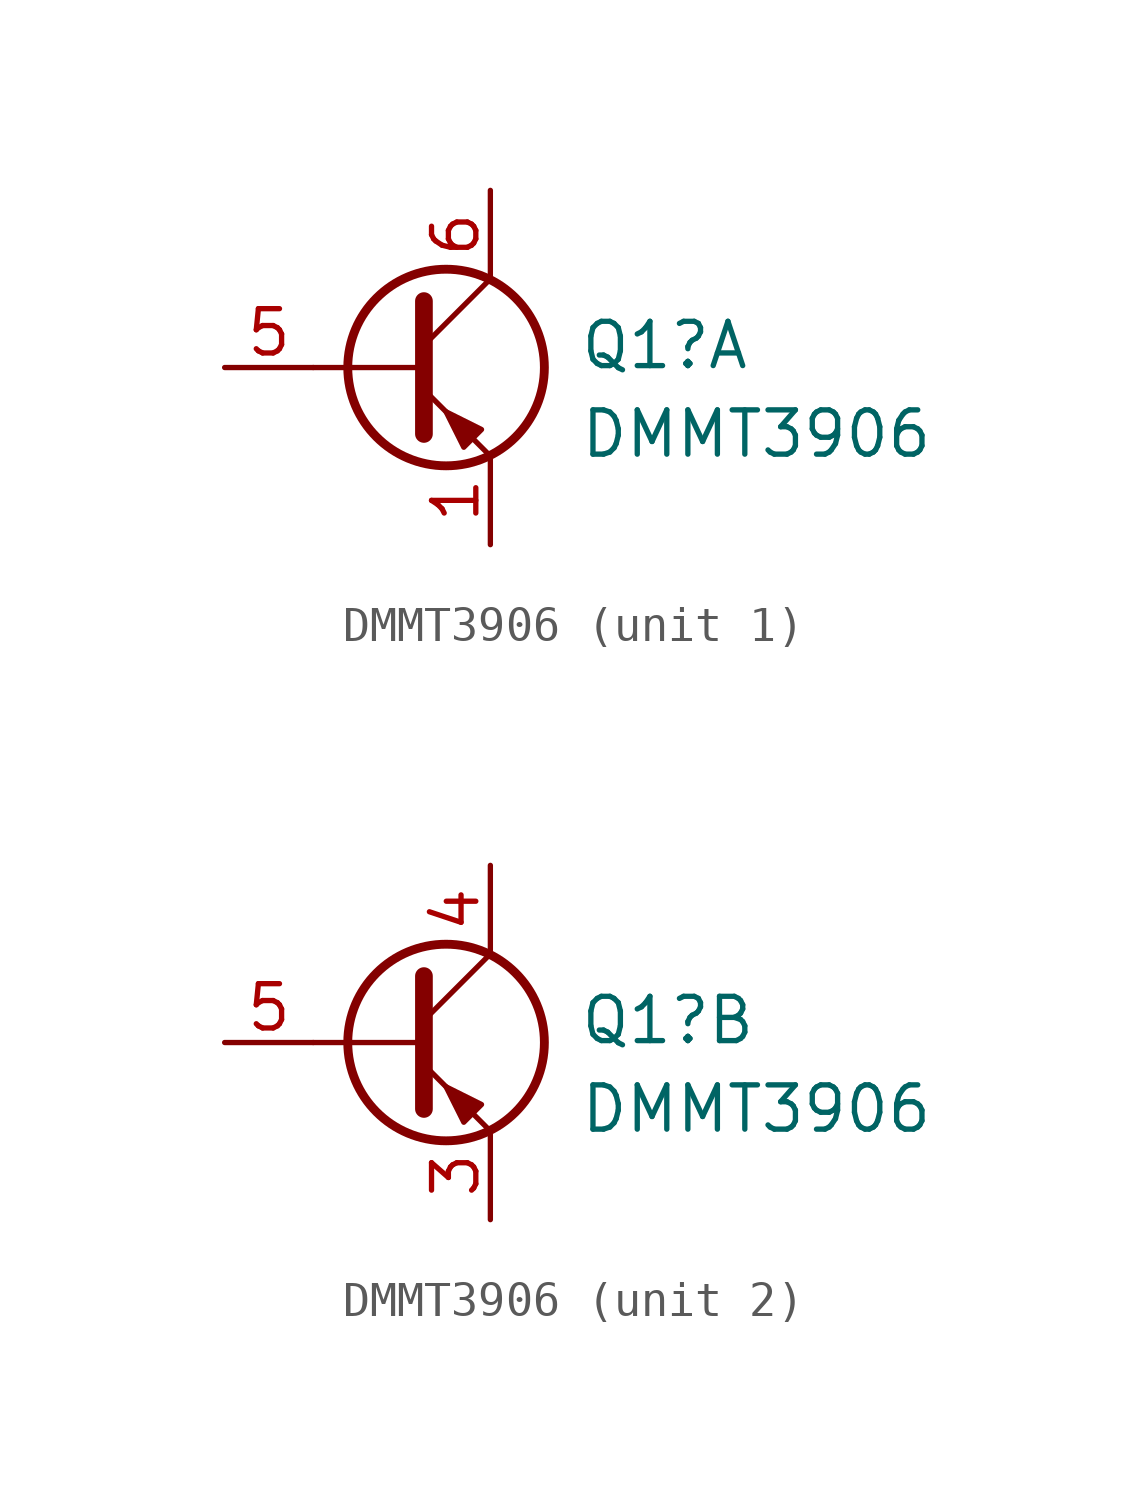
<source format=kicad_sym>
(kicad_symbol_lib
  (version 20220914)
  (generator kicad_symbol_editor)
  (symbol "DMMT3906"
    (pin_names
      (offset 0) hide)
    (property "Reference" "Q1"
      (at 5.08 0.635 0)
      (effects (font (size 1.27 1.27)) (justify left)))
    (property "Value" "DMMT3906"
      (at 5.08 -1.905 0)
      (effects (font (size 1.27 1.27)) (justify left)))
    (property "ki_locked" ""
      (at 0 0 0)
      (effects (font (size 1.27 1.27))))
    (symbol "DMMT3906_0_1"
      (polyline (pts (xy 0.635 0) (xy -2.54 0)) (stroke (width 0) (type default)) (fill (type none)))
      (polyline (pts (xy 0.635 0.635) (xy 2.54 2.54)) (stroke (width 0) (type default)) (fill (type none)))
      (polyline (pts (xy 0.635 -0.635) (xy 2.54 -2.54) (xy 2.54 -2.54)) (stroke (width 0) (type default)) (fill (type none)))
      (polyline (pts (xy 0.635 1.905) (xy 0.635 -1.905) (xy 0.635 -1.905)) (stroke (width 0.508) (type default)) (fill (type none)))
      (polyline (pts (xy 2.286 -1.778) (xy 1.778 -2.286) (xy 1.27 -1.27) (xy 2.286 -1.778) (xy 2.286 -1.778)) (stroke (width 0) (type default)) (fill (type outline)))
      (circle (center 1.27 0) (radius 2.819) (stroke (width 0.254) (type default)) (fill (type none))))
    (symbol "DMMT3906_1_1"
      (pin passive line (at 2.54 -5.08 90) (length 2.54) (name "E1" (effects (font (size 1.27 1.27)))) (number "1" (effects (font (size 1.27 1.27)))))
      (pin input line (at -5.08 0 0) (length 2.54) (name "B1" (effects (font (size 1.27 1.27)))) (number "5" (effects (font (size 1.27 1.27)))))
      (pin passive line (at 2.54 5.08 270) (length 2.54) (name "C1" (effects (font (size 1.27 1.27)))) (number "6" (effects (font (size 1.27 1.27))))))
    (symbol "DMMT3906_2_1"
      (pin passive line (at 2.54 -5.08 90) (length 2.54) (name "E2" (effects (font (size 1.27 1.27)))) (number "3" (effects (font (size 1.27 1.27)))))
      (pin passive line (at 2.54 5.08 270) (length 2.54) (name "C2" (effects (font (size 1.27 1.27)))) (number "4" (effects (font (size 1.27 1.27)))))
      (pin input line (at -5.08 0 0) (length 2.54) (name "B2" (effects (font (size 1.27 1.27)))) (number "5" (effects (font (size 1.27 1.27))))))))
</source>
